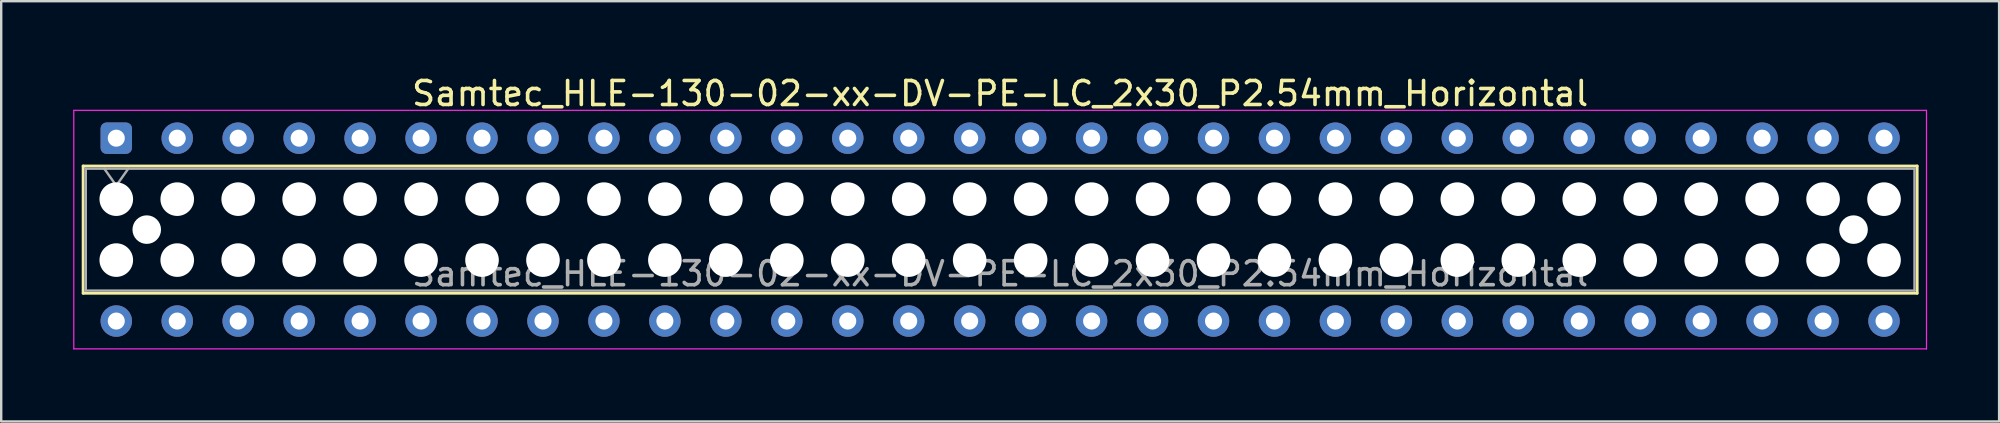
<source format=kicad_pcb>
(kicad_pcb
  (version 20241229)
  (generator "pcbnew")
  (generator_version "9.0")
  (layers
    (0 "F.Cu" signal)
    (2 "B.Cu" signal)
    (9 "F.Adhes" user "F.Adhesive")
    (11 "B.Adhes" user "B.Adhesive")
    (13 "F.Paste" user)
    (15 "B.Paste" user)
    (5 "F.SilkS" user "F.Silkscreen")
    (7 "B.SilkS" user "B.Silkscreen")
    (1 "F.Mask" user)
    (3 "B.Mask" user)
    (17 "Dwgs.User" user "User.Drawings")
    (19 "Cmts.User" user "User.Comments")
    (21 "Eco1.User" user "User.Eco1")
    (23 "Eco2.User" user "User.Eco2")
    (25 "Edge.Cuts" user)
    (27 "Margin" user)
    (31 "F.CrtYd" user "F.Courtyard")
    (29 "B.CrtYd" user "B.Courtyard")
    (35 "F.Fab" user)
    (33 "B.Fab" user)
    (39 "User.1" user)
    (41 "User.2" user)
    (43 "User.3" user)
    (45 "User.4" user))
  (footprint "Samtec_HLE-130-02-xx-DV-PE-LC_2x30_P2.54mm_Horizontal"
    (layer "F.Cu")
    (at 1.795 2.708)
    (property "Reference" "Samtec_HLE-130-02-xx-DV-PE-LC_2x30_P2.54mm_Horizontal" (at 36.83 -1.86 0) (layer "F.SilkS") (effects (font (size 1 1) (thickness 0.15))))
    (attr through_hole)
    (fp_line (start -1.38 1.16) (end 75.04 1.16) (stroke (width 0.12) (type solid)) (layer "F.SilkS"))
    (fp_line (start -1.38 6.46) (end -1.38 1.16) (stroke (width 0.12) (type solid)) (layer "F.SilkS"))
    (fp_line (start 75.04 1.16) (end 75.04 6.46) (stroke (width 0.12) (type solid)) (layer "F.SilkS"))
    (fp_line (start 75.04 6.46) (end -1.38 6.46) (stroke (width 0.12) (type solid)) (layer "F.SilkS"))
    (fp_line (start -1.77 -1.16) (end 75.43 -1.16) (stroke (width 0.05) (type solid)) (layer "F.CrtYd"))
    (fp_line (start -1.77 8.78) (end -1.77 -1.16) (stroke (width 0.05) (type solid)) (layer "F.CrtYd"))
    (fp_line (start 75.43 -1.16) (end 75.43 8.78) (stroke (width 0.05) (type solid)) (layer "F.CrtYd"))
    (fp_line (start 75.43 8.78) (end -1.77 8.78) (stroke (width 0.05) (type solid)) (layer "F.CrtYd"))
    (fp_line (start -1.27 1.27) (end 74.93 1.27) (stroke (width 0.1) (type solid)) (layer "F.Fab"))
    (fp_line (start -1.27 6.35) (end -1.27 1.27) (stroke (width 0.1) (type solid)) (layer "F.Fab"))
    (fp_line (start -0.5 1.27) (end 0 1.977) (stroke (width 0.1) (type solid)) (layer "F.Fab"))
    (fp_line (start 0 1.977) (end 0.5 1.27) (stroke (width 0.1) (type solid)) (layer "F.Fab"))
    (fp_line (start 74.93 1.27) (end 74.93 6.35) (stroke (width 0.1) (type solid)) (layer "F.Fab"))
    (fp_line (start 74.93 6.35) (end -1.27 6.35) (stroke (width 0.1) (type solid)) (layer "F.Fab"))
    (fp_text user "${REFERENCE}" (at 36.83 5.65 0) (layer "F.Fab") (effects (font (size 1 1) (thickness 0.15))))
    (pad "" np_thru_hole circle (at 0 2.54) (size 1.4 1.4) (drill 1.4) (layers "*.Cu" "*.Mask"))
    (pad "" np_thru_hole circle (at 0 5.08) (size 1.4 1.4) (drill 1.4) (layers "*.Cu" "*.Mask"))
    (pad "" np_thru_hole circle (at 1.27 3.81) (size 1.19 1.19) (drill 1.19) (layers "*.Cu" "*.Mask"))
    (pad "" np_thru_hole circle (at 2.54 2.54) (size 1.4 1.4) (drill 1.4) (layers "*.Cu" "*.Mask"))
    (pad "" np_thru_hole circle (at 2.54 5.08) (size 1.4 1.4) (drill 1.4) (layers "*.Cu" "*.Mask"))
    (pad "" np_thru_hole circle (at 5.08 2.54) (size 1.4 1.4) (drill 1.4) (layers "*.Cu" "*.Mask"))
    (pad "" np_thru_hole circle (at 5.08 5.08) (size 1.4 1.4) (drill 1.4) (layers "*.Cu" "*.Mask"))
    (pad "" np_thru_hole circle (at 7.62 2.54) (size 1.4 1.4) (drill 1.4) (layers "*.Cu" "*.Mask"))
    (pad "" np_thru_hole circle (at 7.62 5.08) (size 1.4 1.4) (drill 1.4) (layers "*.Cu" "*.Mask"))
    (pad "" np_thru_hole circle (at 10.16 2.54) (size 1.4 1.4) (drill 1.4) (layers "*.Cu" "*.Mask"))
    (pad "" np_thru_hole circle (at 10.16 5.08) (size 1.4 1.4) (drill 1.4) (layers "*.Cu" "*.Mask"))
    (pad "" np_thru_hole circle (at 12.7 2.54) (size 1.4 1.4) (drill 1.4) (layers "*.Cu" "*.Mask"))
    (pad "" np_thru_hole circle (at 12.7 5.08) (size 1.4 1.4) (drill 1.4) (layers "*.Cu" "*.Mask"))
    (pad "" np_thru_hole circle (at 15.24 2.54) (size 1.4 1.4) (drill 1.4) (layers "*.Cu" "*.Mask"))
    (pad "" np_thru_hole circle (at 15.24 5.08) (size 1.4 1.4) (drill 1.4) (layers "*.Cu" "*.Mask"))
    (pad "" np_thru_hole circle (at 17.78 2.54) (size 1.4 1.4) (drill 1.4) (layers "*.Cu" "*.Mask"))
    (pad "" np_thru_hole circle (at 17.78 5.08) (size 1.4 1.4) (drill 1.4) (layers "*.Cu" "*.Mask"))
    (pad "" np_thru_hole circle (at 20.32 2.54) (size 1.4 1.4) (drill 1.4) (layers "*.Cu" "*.Mask"))
    (pad "" np_thru_hole circle (at 20.32 5.08) (size 1.4 1.4) (drill 1.4) (layers "*.Cu" "*.Mask"))
    (pad "" np_thru_hole circle (at 22.86 2.54) (size 1.4 1.4) (drill 1.4) (layers "*.Cu" "*.Mask"))
    (pad "" np_thru_hole circle (at 22.86 5.08) (size 1.4 1.4) (drill 1.4) (layers "*.Cu" "*.Mask"))
    (pad "" np_thru_hole circle (at 25.4 2.54) (size 1.4 1.4) (drill 1.4) (layers "*.Cu" "*.Mask"))
    (pad "" np_thru_hole circle (at 25.4 5.08) (size 1.4 1.4) (drill 1.4) (layers "*.Cu" "*.Mask"))
    (pad "" np_thru_hole circle (at 27.94 2.54) (size 1.4 1.4) (drill 1.4) (layers "*.Cu" "*.Mask"))
    (pad "" np_thru_hole circle (at 27.94 5.08) (size 1.4 1.4) (drill 1.4) (layers "*.Cu" "*.Mask"))
    (pad "" np_thru_hole circle (at 30.48 2.54) (size 1.4 1.4) (drill 1.4) (layers "*.Cu" "*.Mask"))
    (pad "" np_thru_hole circle (at 30.48 5.08) (size 1.4 1.4) (drill 1.4) (layers "*.Cu" "*.Mask"))
    (pad "" np_thru_hole circle (at 33.02 2.54) (size 1.4 1.4) (drill 1.4) (layers "*.Cu" "*.Mask"))
    (pad "" np_thru_hole circle (at 33.02 5.08) (size 1.4 1.4) (drill 1.4) (layers "*.Cu" "*.Mask"))
    (pad "" np_thru_hole circle (at 35.56 2.54) (size 1.4 1.4) (drill 1.4) (layers "*.Cu" "*.Mask"))
    (pad "" np_thru_hole circle (at 35.56 5.08) (size 1.4 1.4) (drill 1.4) (layers "*.Cu" "*.Mask"))
    (pad "" np_thru_hole circle (at 38.1 2.54) (size 1.4 1.4) (drill 1.4) (layers "*.Cu" "*.Mask"))
    (pad "" np_thru_hole circle (at 38.1 5.08) (size 1.4 1.4) (drill 1.4) (layers "*.Cu" "*.Mask"))
    (pad "" np_thru_hole circle (at 40.64 2.54) (size 1.4 1.4) (drill 1.4) (layers "*.Cu" "*.Mask"))
    (pad "" np_thru_hole circle (at 40.64 5.08) (size 1.4 1.4) (drill 1.4) (layers "*.Cu" "*.Mask"))
    (pad "" np_thru_hole circle (at 43.18 2.54) (size 1.4 1.4) (drill 1.4) (layers "*.Cu" "*.Mask"))
    (pad "" np_thru_hole circle (at 43.18 5.08) (size 1.4 1.4) (drill 1.4) (layers "*.Cu" "*.Mask"))
    (pad "" np_thru_hole circle (at 45.72 2.54) (size 1.4 1.4) (drill 1.4) (layers "*.Cu" "*.Mask"))
    (pad "" np_thru_hole circle (at 45.72 5.08) (size 1.4 1.4) (drill 1.4) (layers "*.Cu" "*.Mask"))
    (pad "" np_thru_hole circle (at 48.26 2.54) (size 1.4 1.4) (drill 1.4) (layers "*.Cu" "*.Mask"))
    (pad "" np_thru_hole circle (at 48.26 5.08) (size 1.4 1.4) (drill 1.4) (layers "*.Cu" "*.Mask"))
    (pad "" np_thru_hole circle (at 50.8 2.54) (size 1.4 1.4) (drill 1.4) (layers "*.Cu" "*.Mask"))
    (pad "" np_thru_hole circle (at 50.8 5.08) (size 1.4 1.4) (drill 1.4) (layers "*.Cu" "*.Mask"))
    (pad "" np_thru_hole circle (at 53.34 2.54) (size 1.4 1.4) (drill 1.4) (layers "*.Cu" "*.Mask"))
    (pad "" np_thru_hole circle (at 53.34 5.08) (size 1.4 1.4) (drill 1.4) (layers "*.Cu" "*.Mask"))
    (pad "" np_thru_hole circle (at 55.88 2.54) (size 1.4 1.4) (drill 1.4) (layers "*.Cu" "*.Mask"))
    (pad "" np_thru_hole circle (at 55.88 5.08) (size 1.4 1.4) (drill 1.4) (layers "*.Cu" "*.Mask"))
    (pad "" np_thru_hole circle (at 58.42 2.54) (size 1.4 1.4) (drill 1.4) (layers "*.Cu" "*.Mask"))
    (pad "" np_thru_hole circle (at 58.42 5.08) (size 1.4 1.4) (drill 1.4) (layers "*.Cu" "*.Mask"))
    (pad "" np_thru_hole circle (at 60.96 2.54) (size 1.4 1.4) (drill 1.4) (layers "*.Cu" "*.Mask"))
    (pad "" np_thru_hole circle (at 60.96 5.08) (size 1.4 1.4) (drill 1.4) (layers "*.Cu" "*.Mask"))
    (pad "" np_thru_hole circle (at 63.5 2.54) (size 1.4 1.4) (drill 1.4) (layers "*.Cu" "*.Mask"))
    (pad "" np_thru_hole circle (at 63.5 5.08) (size 1.4 1.4) (drill 1.4) (layers "*.Cu" "*.Mask"))
    (pad "" np_thru_hole circle (at 66.04 2.54) (size 1.4 1.4) (drill 1.4) (layers "*.Cu" "*.Mask"))
    (pad "" np_thru_hole circle (at 66.04 5.08) (size 1.4 1.4) (drill 1.4) (layers "*.Cu" "*.Mask"))
    (pad "" np_thru_hole circle (at 68.58 2.54) (size 1.4 1.4) (drill 1.4) (layers "*.Cu" "*.Mask"))
    (pad "" np_thru_hole circle (at 68.58 5.08) (size 1.4 1.4) (drill 1.4) (layers "*.Cu" "*.Mask"))
    (pad "" np_thru_hole circle (at 71.12 2.54) (size 1.4 1.4) (drill 1.4) (layers "*.Cu" "*.Mask"))
    (pad "" np_thru_hole circle (at 71.12 5.08) (size 1.4 1.4) (drill 1.4) (layers "*.Cu" "*.Mask"))
    (pad "" np_thru_hole circle (at 72.39 3.81) (size 1.19 1.19) (drill 1.19) (layers "*.Cu" "*.Mask"))
    (pad "" np_thru_hole circle (at 73.66 2.54) (size 1.4 1.4) (drill 1.4) (layers "*.Cu" "*.Mask"))
    (pad "" np_thru_hole circle (at 73.66 5.08) (size 1.4 1.4) (drill 1.4) (layers "*.Cu" "*.Mask"))
    (pad "1" thru_hole roundrect (at 0 0) (size 1.31 1.31) (drill 0.71) (layers "*.Cu" "*.Mask") (roundrect_rratio 0.191))
    (pad "2" thru_hole circle (at 0 7.62) (size 1.31 1.31) (drill 0.71) (layers "*.Cu" "*.Mask"))
    (pad "3" thru_hole circle (at 2.54 0) (size 1.31 1.31) (drill 0.71) (layers "*.Cu" "*.Mask"))
    (pad "4" thru_hole circle (at 2.54 7.62) (size 1.31 1.31) (drill 0.71) (layers "*.Cu" "*.Mask"))
    (pad "5" thru_hole circle (at 5.08 0) (size 1.31 1.31) (drill 0.71) (layers "*.Cu" "*.Mask"))
    (pad "6" thru_hole circle (at 5.08 7.62) (size 1.31 1.31) (drill 0.71) (layers "*.Cu" "*.Mask"))
    (pad "7" thru_hole circle (at 7.62 0) (size 1.31 1.31) (drill 0.71) (layers "*.Cu" "*.Mask"))
    (pad "8" thru_hole circle (at 7.62 7.62) (size 1.31 1.31) (drill 0.71) (layers "*.Cu" "*.Mask"))
    (pad "9" thru_hole circle (at 10.16 0) (size 1.31 1.31) (drill 0.71) (layers "*.Cu" "*.Mask"))
    (pad "10" thru_hole circle (at 10.16 7.62) (size 1.31 1.31) (drill 0.71) (layers "*.Cu" "*.Mask"))
    (pad "11" thru_hole circle (at 12.7 0) (size 1.31 1.31) (drill 0.71) (layers "*.Cu" "*.Mask"))
    (pad "12" thru_hole circle (at 12.7 7.62) (size 1.31 1.31) (drill 0.71) (layers "*.Cu" "*.Mask"))
    (pad "13" thru_hole circle (at 15.24 0) (size 1.31 1.31) (drill 0.71) (layers "*.Cu" "*.Mask"))
    (pad "14" thru_hole circle (at 15.24 7.62) (size 1.31 1.31) (drill 0.71) (layers "*.Cu" "*.Mask"))
    (pad "15" thru_hole circle (at 17.78 0) (size 1.31 1.31) (drill 0.71) (layers "*.Cu" "*.Mask"))
    (pad "16" thru_hole circle (at 17.78 7.62) (size 1.31 1.31) (drill 0.71) (layers "*.Cu" "*.Mask"))
    (pad "17" thru_hole circle (at 20.32 0) (size 1.31 1.31) (drill 0.71) (layers "*.Cu" "*.Mask"))
    (pad "18" thru_hole circle (at 20.32 7.62) (size 1.31 1.31) (drill 0.71) (layers "*.Cu" "*.Mask"))
    (pad "19" thru_hole circle (at 22.86 0) (size 1.31 1.31) (drill 0.71) (layers "*.Cu" "*.Mask"))
    (pad "20" thru_hole circle (at 22.86 7.62) (size 1.31 1.31) (drill 0.71) (layers "*.Cu" "*.Mask"))
    (pad "21" thru_hole circle (at 25.4 0) (size 1.31 1.31) (drill 0.71) (layers "*.Cu" "*.Mask"))
    (pad "22" thru_hole circle (at 25.4 7.62) (size 1.31 1.31) (drill 0.71) (layers "*.Cu" "*.Mask"))
    (pad "23" thru_hole circle (at 27.94 0) (size 1.31 1.31) (drill 0.71) (layers "*.Cu" "*.Mask"))
    (pad "24" thru_hole circle (at 27.94 7.62) (size 1.31 1.31) (drill 0.71) (layers "*.Cu" "*.Mask"))
    (pad "25" thru_hole circle (at 30.48 0) (size 1.31 1.31) (drill 0.71) (layers "*.Cu" "*.Mask"))
    (pad "26" thru_hole circle (at 30.48 7.62) (size 1.31 1.31) (drill 0.71) (layers "*.Cu" "*.Mask"))
    (pad "27" thru_hole circle (at 33.02 0) (size 1.31 1.31) (drill 0.71) (layers "*.Cu" "*.Mask"))
    (pad "28" thru_hole circle (at 33.02 7.62) (size 1.31 1.31) (drill 0.71) (layers "*.Cu" "*.Mask"))
    (pad "29" thru_hole circle (at 35.56 0) (size 1.31 1.31) (drill 0.71) (layers "*.Cu" "*.Mask"))
    (pad "30" thru_hole circle (at 35.56 7.62) (size 1.31 1.31) (drill 0.71) (layers "*.Cu" "*.Mask"))
    (pad "31" thru_hole circle (at 38.1 0) (size 1.31 1.31) (drill 0.71) (layers "*.Cu" "*.Mask"))
    (pad "32" thru_hole circle (at 38.1 7.62) (size 1.31 1.31) (drill 0.71) (layers "*.Cu" "*.Mask"))
    (pad "33" thru_hole circle (at 40.64 0) (size 1.31 1.31) (drill 0.71) (layers "*.Cu" "*.Mask"))
    (pad "34" thru_hole circle (at 40.64 7.62) (size 1.31 1.31) (drill 0.71) (layers "*.Cu" "*.Mask"))
    (pad "35" thru_hole circle (at 43.18 0) (size 1.31 1.31) (drill 0.71) (layers "*.Cu" "*.Mask"))
    (pad "36" thru_hole circle (at 43.18 7.62) (size 1.31 1.31) (drill 0.71) (layers "*.Cu" "*.Mask"))
    (pad "37" thru_hole circle (at 45.72 0) (size 1.31 1.31) (drill 0.71) (layers "*.Cu" "*.Mask"))
    (pad "38" thru_hole circle (at 45.72 7.62) (size 1.31 1.31) (drill 0.71) (layers "*.Cu" "*.Mask"))
    (pad "39" thru_hole circle (at 48.26 0) (size 1.31 1.31) (drill 0.71) (layers "*.Cu" "*.Mask"))
    (pad "40" thru_hole circle (at 48.26 7.62) (size 1.31 1.31) (drill 0.71) (layers "*.Cu" "*.Mask"))
    (pad "41" thru_hole circle (at 50.8 0) (size 1.31 1.31) (drill 0.71) (layers "*.Cu" "*.Mask"))
    (pad "42" thru_hole circle (at 50.8 7.62) (size 1.31 1.31) (drill 0.71) (layers "*.Cu" "*.Mask"))
    (pad "43" thru_hole circle (at 53.34 0) (size 1.31 1.31) (drill 0.71) (layers "*.Cu" "*.Mask"))
    (pad "44" thru_hole circle (at 53.34 7.62) (size 1.31 1.31) (drill 0.71) (layers "*.Cu" "*.Mask"))
    (pad "45" thru_hole circle (at 55.88 0) (size 1.31 1.31) (drill 0.71) (layers "*.Cu" "*.Mask"))
    (pad "46" thru_hole circle (at 55.88 7.62) (size 1.31 1.31) (drill 0.71) (layers "*.Cu" "*.Mask"))
    (pad "47" thru_hole circle (at 58.42 0) (size 1.31 1.31) (drill 0.71) (layers "*.Cu" "*.Mask"))
    (pad "48" thru_hole circle (at 58.42 7.62) (size 1.31 1.31) (drill 0.71) (layers "*.Cu" "*.Mask"))
    (pad "49" thru_hole circle (at 60.96 0) (size 1.31 1.31) (drill 0.71) (layers "*.Cu" "*.Mask"))
    (pad "50" thru_hole circle (at 60.96 7.62) (size 1.31 1.31) (drill 0.71) (layers "*.Cu" "*.Mask"))
    (pad "51" thru_hole circle (at 63.5 0) (size 1.31 1.31) (drill 0.71) (layers "*.Cu" "*.Mask"))
    (pad "52" thru_hole circle (at 63.5 7.62) (size 1.31 1.31) (drill 0.71) (layers "*.Cu" "*.Mask"))
    (pad "53" thru_hole circle (at 66.04 0) (size 1.31 1.31) (drill 0.71) (layers "*.Cu" "*.Mask"))
    (pad "54" thru_hole circle (at 66.04 7.62) (size 1.31 1.31) (drill 0.71) (layers "*.Cu" "*.Mask"))
    (pad "55" thru_hole circle (at 68.58 0) (size 1.31 1.31) (drill 0.71) (layers "*.Cu" "*.Mask"))
    (pad "56" thru_hole circle (at 68.58 7.62) (size 1.31 1.31) (drill 0.71) (layers "*.Cu" "*.Mask"))
    (pad "57" thru_hole circle (at 71.12 0) (size 1.31 1.31) (drill 0.71) (layers "*.Cu" "*.Mask"))
    (pad "58" thru_hole circle (at 71.12 7.62) (size 1.31 1.31) (drill 0.71) (layers "*.Cu" "*.Mask"))
    (pad "59" thru_hole circle (at 73.66 0) (size 1.31 1.31) (drill 0.71) (layers "*.Cu" "*.Mask"))
    (pad "60" thru_hole circle (at 73.66 7.62) (size 1.31 1.31) (drill 0.71) (layers "*.Cu" "*.Mask")))
  (gr_rect
    (start -3 -3)
    (end 80.25 14.513)
    (stroke (width 0.1) (type default))
    (fill no)
    (layer "Edge.Cuts")))
</source>
